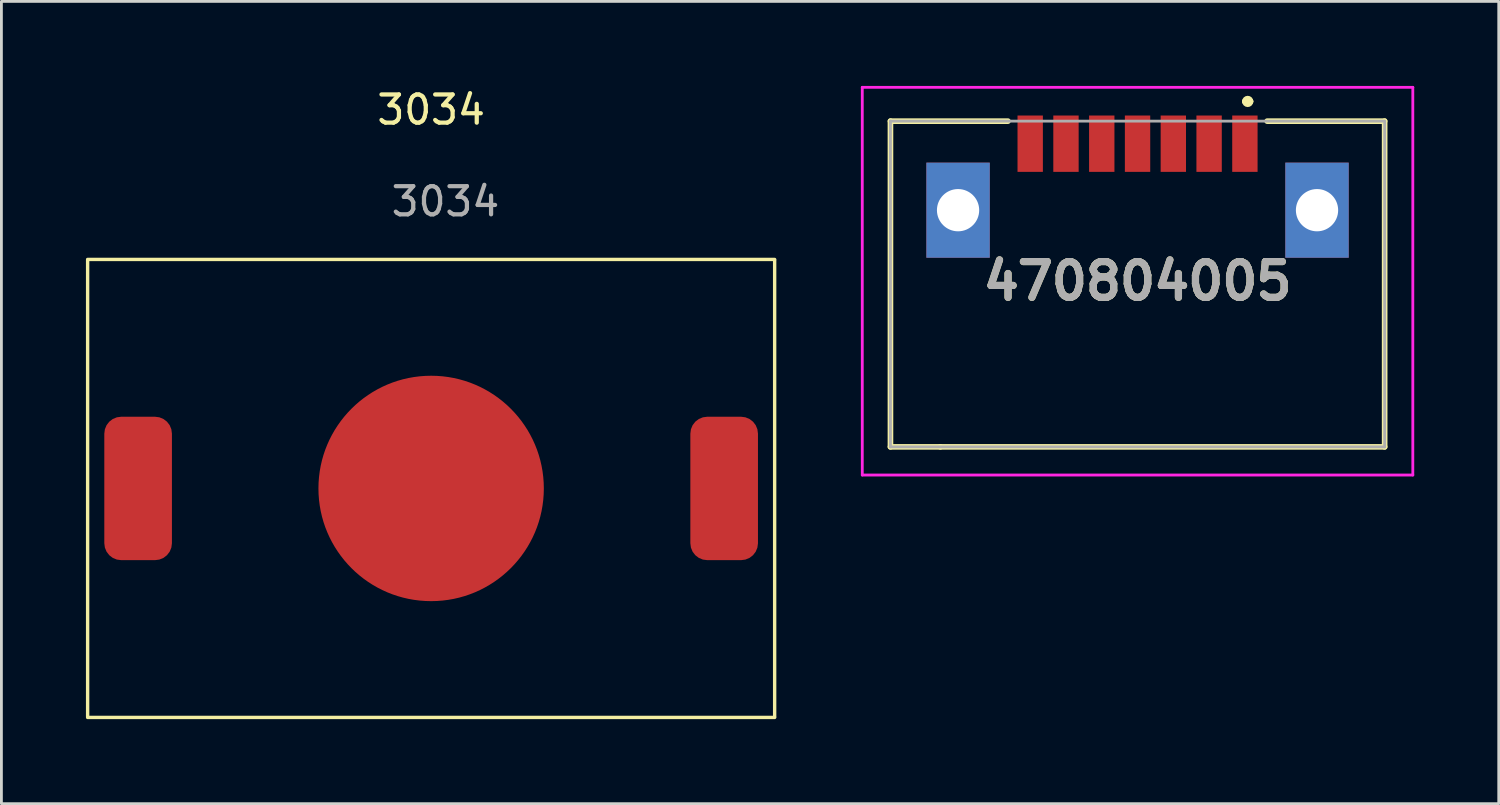
<source format=kicad_pcb>
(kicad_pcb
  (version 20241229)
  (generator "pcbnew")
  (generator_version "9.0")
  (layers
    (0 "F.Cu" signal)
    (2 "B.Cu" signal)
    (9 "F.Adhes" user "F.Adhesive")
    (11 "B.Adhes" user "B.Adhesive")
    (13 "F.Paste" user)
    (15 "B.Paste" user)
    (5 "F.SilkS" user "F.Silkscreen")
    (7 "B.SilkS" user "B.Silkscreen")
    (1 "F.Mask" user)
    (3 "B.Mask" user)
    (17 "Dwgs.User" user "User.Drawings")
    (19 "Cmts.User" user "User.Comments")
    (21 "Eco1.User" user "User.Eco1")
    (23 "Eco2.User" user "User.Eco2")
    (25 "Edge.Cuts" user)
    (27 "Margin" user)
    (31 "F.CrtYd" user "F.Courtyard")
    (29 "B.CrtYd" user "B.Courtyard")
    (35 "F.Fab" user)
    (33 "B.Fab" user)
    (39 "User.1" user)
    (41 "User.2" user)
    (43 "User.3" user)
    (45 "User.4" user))
  (footprint "470804005"
    (layer "F.Cu")
    (at 37.324 6.93)
    (property "Reference" "470804005" (at 0 0 0) (layer "F.SilkS") (effects (font (size 1.27 1.27) (thickness 0.254))))
    (attr through_hole)
    (fp_line (start -8.77 -5.68) (end -4.6 -5.68) (stroke (width 0.2) (type solid)) (layer "F.SilkS"))
    (fp_line (start -8.77 5.88) (end -8.77 -5.68) (stroke (width 0.2) (type solid)) (layer "F.SilkS"))
    (fp_line (start -7 5.88) (end -8.77 5.88) (stroke (width 0.2) (type solid)) (layer "F.SilkS"))
    (fp_line (start 3.81 -6.38) (end 3.81 -6.38) (stroke (width 0.2) (type solid)) (layer "F.SilkS"))
    (fp_line (start 4.01 -6.38) (end 4.01 -6.38) (stroke (width 0.2) (type solid)) (layer "F.SilkS"))
    (fp_line (start 4.6 -5.68) (end 8.77 -5.68) (stroke (width 0.2) (type solid)) (layer "F.SilkS"))
    (fp_line (start 8.77 -5.68) (end 8.77 5.88) (stroke (width 0.2) (type solid)) (layer "F.SilkS"))
    (fp_line (start 8.77 5.88) (end -7 5.88) (stroke (width 0.2) (type solid)) (layer "F.SilkS"))
    (fp_arc (start 3.81 -6.38) (mid 3.91 -6.48) (end 4.01 -6.38) (stroke (width 0.2) (type solid)) (layer "F.SilkS"))
    (fp_arc (start 4.01 -6.38) (mid 3.91 -6.28) (end 3.81 -6.38) (stroke (width 0.2) (type solid)) (layer "F.SilkS"))
    (fp_line (start -9.77 -6.88) (end 9.77 -6.88) (stroke (width 0.1) (type solid)) (layer "F.CrtYd"))
    (fp_line (start -9.77 6.88) (end -9.77 -6.88) (stroke (width 0.1) (type solid)) (layer "F.CrtYd"))
    (fp_line (start 9.77 -6.88) (end 9.77 6.88) (stroke (width 0.1) (type solid)) (layer "F.CrtYd"))
    (fp_line (start 9.77 6.88) (end -9.77 6.88) (stroke (width 0.1) (type solid)) (layer "F.CrtYd"))
    (fp_line (start -8.77 -5.68) (end 8.77 -5.68) (stroke (width 0.1) (type solid)) (layer "F.Fab"))
    (fp_line (start -8.77 5.88) (end -8.77 -5.68) (stroke (width 0.1) (type solid)) (layer "F.Fab"))
    (fp_line (start 8.77 -5.68) (end 8.77 5.88) (stroke (width 0.1) (type solid)) (layer "F.Fab"))
    (fp_line (start 8.77 5.88) (end -8.77 5.88) (stroke (width 0.1) (type solid)) (layer "F.Fab"))
    (fp_text user "${REFERENCE}" (at 0 0 0) (layer "F.Fab") (effects (font (size 1.27 1.27) (thickness 0.254))))
    (pad "1" smd rect (at 3.81 -4.88) (size 0.9 2) (layers "F.Cu" "F.Mask" "F.Paste"))
    (pad "2" smd rect (at 2.54 -4.88) (size 0.9 2) (layers "F.Cu" "F.Mask" "F.Paste"))
    (pad "3" smd rect (at 1.27 -4.88) (size 0.9 2) (layers "F.Cu" "F.Mask" "F.Paste"))
    (pad "4" smd rect (at 0 -4.88) (size 0.9 2) (layers "F.Cu" "F.Mask" "F.Paste"))
    (pad "5" smd rect (at -1.27 -4.88) (size 0.9 2) (layers "F.Cu" "F.Mask" "F.Paste"))
    (pad "6" smd rect (at -2.54 -4.88) (size 0.9 2) (layers "F.Cu" "F.Mask" "F.Paste"))
    (pad "7" smd rect (at -3.81 -4.88) (size 0.9 2) (layers "F.Cu" "F.Mask" "F.Paste"))
    (pad "MH1" thru_hole rect (at 6.37 -2.52) (size 2.25 3.375) (drill 1.5) (layers "*.Cu" "*.Mask"))
    (pad "MH2" thru_hole rect (at -6.37 -2.52) (size 2.25 3.375) (drill 1.5) (layers "*.Cu" "*.Mask")))
  (footprint "3034"
    (layer "F.Cu")
    (at 12.252 14.286)
    (property "Reference" "3034" (at 0 -13.438 0) (unlocked yes) (layer "F.SilkS") (effects (font (size 1 1) (thickness 0.15))))
    (attr smd)
    (fp_line (start -12.192 8.1) (end -12.192 -8.1) (stroke (width 0.12) (type solid)) (layer "F.SilkS"))
    (fp_line (start -12.192 8.128) (end 12.192 8.128) (stroke (width 0.12) (type solid)) (layer "F.SilkS"))
    (fp_line (start 12.192 -8.128) (end -12.192 -8.128) (stroke (width 0.12) (type solid)) (layer "F.SilkS"))
    (fp_line (start 12.192 8.1) (end 12.192 -8.1) (stroke (width 0.12) (type solid)) (layer "F.SilkS"))
    (fp_text user "${REFERENCE}" (at 0.508 -10.184 0) (unlocked yes) (layer "F.Fab") (effects (font (size 1 1) (thickness 0.15))))
    (pad "1" smd roundrect (at -10.4 0) (size 2.4 5.09) (layers "F.Cu" "F.Mask" "F.Paste") (roundrect_rratio 0.25))
    (pad "1" smd roundrect (at 10.4 0) (size 2.4 5.09) (layers "F.Cu" "F.Mask" "F.Paste") (roundrect_rratio 0.25))
    (pad "2" smd circle (at 0 0 90) (size 8 8) (layers "F.Cu" "F.Mask" "F.Paste")))
  (gr_rect
    (start -3 -3)
    (end 50.144 25.474)
    (stroke (width 0.1) (type default))
    (fill no)
    (layer "Edge.Cuts")))
</source>
